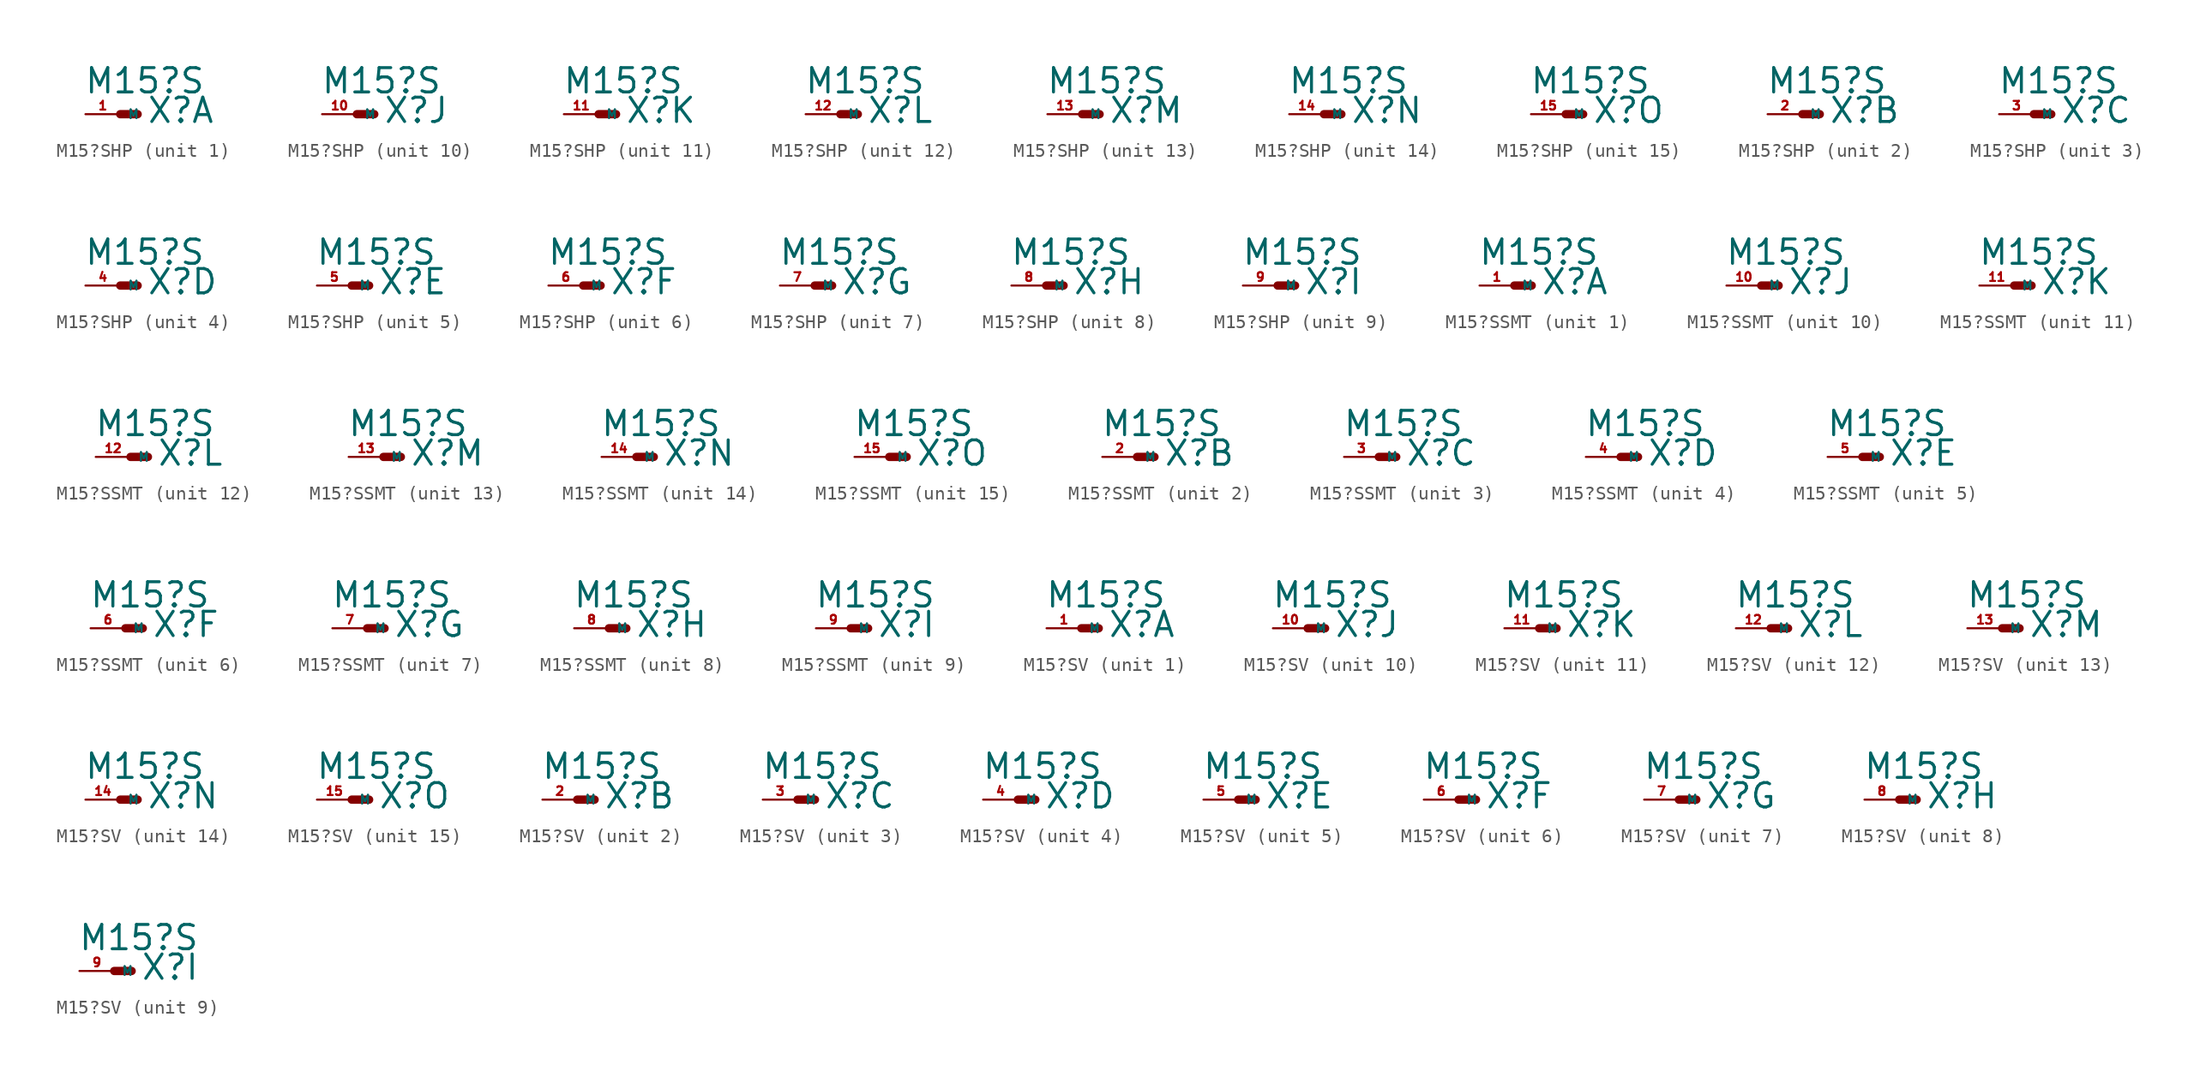
<source format=kicad_sym>
(kicad_symbol_lib
  (version 20220914)
  (generator Eagle2Kicad)
  (symbol "M15?SHP"
    (property "Reference" "X"
      (at 1.905 -0.762 0)
      (effects (font (size 1.778 1.778) (thickness 0.22)) (justify left bottom)))
    (property "Value" "M15?S"
      (at -2.667 1.397 0)
      (effects (font (size 1.778 1.778) (thickness 0.22)) (justify left bottom)))
    (symbol "M15?SHP_1_0"
      (polyline (pts (xy 0 0) (xy 1.27 0)) (stroke (width 0.61) (type default)) (fill (type none)))
      (pin passive line (at -2.54 0 0) (length 2.54) (name "M" (effects (font (size 0.635 0.635) (thickness 0.08)) (justify left bottom))) (number "1" (effects (font (size 0.635 0.635) (thickness 0.08)) (justify left bottom)))))
    (symbol "M15?SHP_2_0"
      (polyline (pts (xy 0 0) (xy 1.27 0)) (stroke (width 0.61) (type default)) (fill (type none)))
      (pin passive line (at -2.54 0 0) (length 2.54) (name "M" (effects (font (size 0.635 0.635) (thickness 0.08)) (justify left bottom))) (number "2" (effects (font (size 0.635 0.635) (thickness 0.08)) (justify left bottom)))))
    (symbol "M15?SHP_3_0"
      (polyline (pts (xy 0 0) (xy 1.27 0)) (stroke (width 0.61) (type default)) (fill (type none)))
      (pin passive line (at -2.54 0 0) (length 2.54) (name "M" (effects (font (size 0.635 0.635) (thickness 0.08)) (justify left bottom))) (number "3" (effects (font (size 0.635 0.635) (thickness 0.08)) (justify left bottom)))))
    (symbol "M15?SHP_4_0"
      (polyline (pts (xy 0 0) (xy 1.27 0)) (stroke (width 0.61) (type default)) (fill (type none)))
      (pin passive line (at -2.54 0 0) (length 2.54) (name "M" (effects (font (size 0.635 0.635) (thickness 0.08)) (justify left bottom))) (number "4" (effects (font (size 0.635 0.635) (thickness 0.08)) (justify left bottom)))))
    (symbol "M15?SHP_5_0"
      (polyline (pts (xy 0 0) (xy 1.27 0)) (stroke (width 0.61) (type default)) (fill (type none)))
      (pin passive line (at -2.54 0 0) (length 2.54) (name "M" (effects (font (size 0.635 0.635) (thickness 0.08)) (justify left bottom))) (number "5" (effects (font (size 0.635 0.635) (thickness 0.08)) (justify left bottom)))))
    (symbol "M15?SHP_6_0"
      (polyline (pts (xy 0 0) (xy 1.27 0)) (stroke (width 0.61) (type default)) (fill (type none)))
      (pin passive line (at -2.54 0 0) (length 2.54) (name "M" (effects (font (size 0.635 0.635) (thickness 0.08)) (justify left bottom))) (number "6" (effects (font (size 0.635 0.635) (thickness 0.08)) (justify left bottom)))))
    (symbol "M15?SHP_7_0"
      (polyline (pts (xy 0 0) (xy 1.27 0)) (stroke (width 0.61) (type default)) (fill (type none)))
      (pin passive line (at -2.54 0 0) (length 2.54) (name "M" (effects (font (size 0.635 0.635) (thickness 0.08)) (justify left bottom))) (number "7" (effects (font (size 0.635 0.635) (thickness 0.08)) (justify left bottom)))))
    (symbol "M15?SHP_8_0"
      (polyline (pts (xy 0 0) (xy 1.27 0)) (stroke (width 0.61) (type default)) (fill (type none)))
      (pin passive line (at -2.54 0 0) (length 2.54) (name "M" (effects (font (size 0.635 0.635) (thickness 0.08)) (justify left bottom))) (number "8" (effects (font (size 0.635 0.635) (thickness 0.08)) (justify left bottom)))))
    (symbol "M15?SHP_9_0"
      (polyline (pts (xy 0 0) (xy 1.27 0)) (stroke (width 0.61) (type default)) (fill (type none)))
      (pin passive line (at -2.54 0 0) (length 2.54) (name "M" (effects (font (size 0.635 0.635) (thickness 0.08)) (justify left bottom))) (number "9" (effects (font (size 0.635 0.635) (thickness 0.08)) (justify left bottom)))))
    (symbol "M15?SHP_10_0"
      (polyline (pts (xy 0 0) (xy 1.27 0)) (stroke (width 0.61) (type default)) (fill (type none)))
      (pin passive line (at -2.54 0 0) (length 2.54) (name "M" (effects (font (size 0.635 0.635) (thickness 0.08)) (justify left bottom))) (number "10" (effects (font (size 0.635 0.635) (thickness 0.08)) (justify left bottom)))))
    (symbol "M15?SHP_11_0"
      (polyline (pts (xy 0 0) (xy 1.27 0)) (stroke (width 0.61) (type default)) (fill (type none)))
      (pin passive line (at -2.54 0 0) (length 2.54) (name "M" (effects (font (size 0.635 0.635) (thickness 0.08)) (justify left bottom))) (number "11" (effects (font (size 0.635 0.635) (thickness 0.08)) (justify left bottom)))))
    (symbol "M15?SHP_12_0"
      (polyline (pts (xy 0 0) (xy 1.27 0)) (stroke (width 0.61) (type default)) (fill (type none)))
      (pin passive line (at -2.54 0 0) (length 2.54) (name "M" (effects (font (size 0.635 0.635) (thickness 0.08)) (justify left bottom))) (number "12" (effects (font (size 0.635 0.635) (thickness 0.08)) (justify left bottom)))))
    (symbol "M15?SHP_13_0"
      (polyline (pts (xy 0 0) (xy 1.27 0)) (stroke (width 0.61) (type default)) (fill (type none)))
      (pin passive line (at -2.54 0 0) (length 2.54) (name "M" (effects (font (size 0.635 0.635) (thickness 0.08)) (justify left bottom))) (number "13" (effects (font (size 0.635 0.635) (thickness 0.08)) (justify left bottom)))))
    (symbol "M15?SHP_14_0"
      (polyline (pts (xy 0 0) (xy 1.27 0)) (stroke (width 0.61) (type default)) (fill (type none)))
      (pin passive line (at -2.54 0 0) (length 2.54) (name "M" (effects (font (size 0.635 0.635) (thickness 0.08)) (justify left bottom))) (number "14" (effects (font (size 0.635 0.635) (thickness 0.08)) (justify left bottom)))))
    (symbol "M15?SHP_15_0"
      (polyline (pts (xy 0 0) (xy 1.27 0)) (stroke (width 0.61) (type default)) (fill (type none)))
      (pin passive line (at -2.54 0 0) (length 2.54) (name "M" (effects (font (size 0.635 0.635) (thickness 0.08)) (justify left bottom))) (number "15" (effects (font (size 0.635 0.635) (thickness 0.08)) (justify left bottom))))))
  (symbol "M15?SSMT"
    (property "Reference" "X"
      (at 1.905 -0.762 0)
      (effects (font (size 1.778 1.778) (thickness 0.22)) (justify left bottom)))
    (property "Value" "M15?S"
      (at -2.667 1.397 0)
      (effects (font (size 1.778 1.778) (thickness 0.22)) (justify left bottom)))
    (symbol "M15?SSMT_1_0"
      (polyline (pts (xy 0 0) (xy 1.27 0)) (stroke (width 0.61) (type default)) (fill (type none)))
      (pin passive line (at -2.54 0 0) (length 2.54) (name "M" (effects (font (size 0.635 0.635) (thickness 0.08)) (justify left bottom))) (number "1" (effects (font (size 0.635 0.635) (thickness 0.08)) (justify left bottom)))))
    (symbol "M15?SSMT_2_0"
      (polyline (pts (xy 0 0) (xy 1.27 0)) (stroke (width 0.61) (type default)) (fill (type none)))
      (pin passive line (at -2.54 0 0) (length 2.54) (name "M" (effects (font (size 0.635 0.635) (thickness 0.08)) (justify left bottom))) (number "2" (effects (font (size 0.635 0.635) (thickness 0.08)) (justify left bottom)))))
    (symbol "M15?SSMT_3_0"
      (polyline (pts (xy 0 0) (xy 1.27 0)) (stroke (width 0.61) (type default)) (fill (type none)))
      (pin passive line (at -2.54 0 0) (length 2.54) (name "M" (effects (font (size 0.635 0.635) (thickness 0.08)) (justify left bottom))) (number "3" (effects (font (size 0.635 0.635) (thickness 0.08)) (justify left bottom)))))
    (symbol "M15?SSMT_4_0"
      (polyline (pts (xy 0 0) (xy 1.27 0)) (stroke (width 0.61) (type default)) (fill (type none)))
      (pin passive line (at -2.54 0 0) (length 2.54) (name "M" (effects (font (size 0.635 0.635) (thickness 0.08)) (justify left bottom))) (number "4" (effects (font (size 0.635 0.635) (thickness 0.08)) (justify left bottom)))))
    (symbol "M15?SSMT_5_0"
      (polyline (pts (xy 0 0) (xy 1.27 0)) (stroke (width 0.61) (type default)) (fill (type none)))
      (pin passive line (at -2.54 0 0) (length 2.54) (name "M" (effects (font (size 0.635 0.635) (thickness 0.08)) (justify left bottom))) (number "5" (effects (font (size 0.635 0.635) (thickness 0.08)) (justify left bottom)))))
    (symbol "M15?SSMT_6_0"
      (polyline (pts (xy 0 0) (xy 1.27 0)) (stroke (width 0.61) (type default)) (fill (type none)))
      (pin passive line (at -2.54 0 0) (length 2.54) (name "M" (effects (font (size 0.635 0.635) (thickness 0.08)) (justify left bottom))) (number "6" (effects (font (size 0.635 0.635) (thickness 0.08)) (justify left bottom)))))
    (symbol "M15?SSMT_7_0"
      (polyline (pts (xy 0 0) (xy 1.27 0)) (stroke (width 0.61) (type default)) (fill (type none)))
      (pin passive line (at -2.54 0 0) (length 2.54) (name "M" (effects (font (size 0.635 0.635) (thickness 0.08)) (justify left bottom))) (number "7" (effects (font (size 0.635 0.635) (thickness 0.08)) (justify left bottom)))))
    (symbol "M15?SSMT_8_0"
      (polyline (pts (xy 0 0) (xy 1.27 0)) (stroke (width 0.61) (type default)) (fill (type none)))
      (pin passive line (at -2.54 0 0) (length 2.54) (name "M" (effects (font (size 0.635 0.635) (thickness 0.08)) (justify left bottom))) (number "8" (effects (font (size 0.635 0.635) (thickness 0.08)) (justify left bottom)))))
    (symbol "M15?SSMT_9_0"
      (polyline (pts (xy 0 0) (xy 1.27 0)) (stroke (width 0.61) (type default)) (fill (type none)))
      (pin passive line (at -2.54 0 0) (length 2.54) (name "M" (effects (font (size 0.635 0.635) (thickness 0.08)) (justify left bottom))) (number "9" (effects (font (size 0.635 0.635) (thickness 0.08)) (justify left bottom)))))
    (symbol "M15?SSMT_10_0"
      (polyline (pts (xy 0 0) (xy 1.27 0)) (stroke (width 0.61) (type default)) (fill (type none)))
      (pin passive line (at -2.54 0 0) (length 2.54) (name "M" (effects (font (size 0.635 0.635) (thickness 0.08)) (justify left bottom))) (number "10" (effects (font (size 0.635 0.635) (thickness 0.08)) (justify left bottom)))))
    (symbol "M15?SSMT_11_0"
      (polyline (pts (xy 0 0) (xy 1.27 0)) (stroke (width 0.61) (type default)) (fill (type none)))
      (pin passive line (at -2.54 0 0) (length 2.54) (name "M" (effects (font (size 0.635 0.635) (thickness 0.08)) (justify left bottom))) (number "11" (effects (font (size 0.635 0.635) (thickness 0.08)) (justify left bottom)))))
    (symbol "M15?SSMT_12_0"
      (polyline (pts (xy 0 0) (xy 1.27 0)) (stroke (width 0.61) (type default)) (fill (type none)))
      (pin passive line (at -2.54 0 0) (length 2.54) (name "M" (effects (font (size 0.635 0.635) (thickness 0.08)) (justify left bottom))) (number "12" (effects (font (size 0.635 0.635) (thickness 0.08)) (justify left bottom)))))
    (symbol "M15?SSMT_13_0"
      (polyline (pts (xy 0 0) (xy 1.27 0)) (stroke (width 0.61) (type default)) (fill (type none)))
      (pin passive line (at -2.54 0 0) (length 2.54) (name "M" (effects (font (size 0.635 0.635) (thickness 0.08)) (justify left bottom))) (number "13" (effects (font (size 0.635 0.635) (thickness 0.08)) (justify left bottom)))))
    (symbol "M15?SSMT_14_0"
      (polyline (pts (xy 0 0) (xy 1.27 0)) (stroke (width 0.61) (type default)) (fill (type none)))
      (pin passive line (at -2.54 0 0) (length 2.54) (name "M" (effects (font (size 0.635 0.635) (thickness 0.08)) (justify left bottom))) (number "14" (effects (font (size 0.635 0.635) (thickness 0.08)) (justify left bottom)))))
    (symbol "M15?SSMT_15_0"
      (polyline (pts (xy 0 0) (xy 1.27 0)) (stroke (width 0.61) (type default)) (fill (type none)))
      (pin passive line (at -2.54 0 0) (length 2.54) (name "M" (effects (font (size 0.635 0.635) (thickness 0.08)) (justify left bottom))) (number "15" (effects (font (size 0.635 0.635) (thickness 0.08)) (justify left bottom))))))
  (symbol "M15?SV"
    (property "Reference" "X"
      (at 1.905 -0.762 0)
      (effects (font (size 1.778 1.778) (thickness 0.22)) (justify left bottom)))
    (property "Value" "M15?S"
      (at -2.667 1.397 0)
      (effects (font (size 1.778 1.778) (thickness 0.22)) (justify left bottom)))
    (symbol "M15?SV_1_0"
      (polyline (pts (xy 0 0) (xy 1.27 0)) (stroke (width 0.61) (type default)) (fill (type none)))
      (pin passive line (at -2.54 0 0) (length 2.54) (name "M" (effects (font (size 0.635 0.635) (thickness 0.08)) (justify left bottom))) (number "1" (effects (font (size 0.635 0.635) (thickness 0.08)) (justify left bottom)))))
    (symbol "M15?SV_2_0"
      (polyline (pts (xy 0 0) (xy 1.27 0)) (stroke (width 0.61) (type default)) (fill (type none)))
      (pin passive line (at -2.54 0 0) (length 2.54) (name "M" (effects (font (size 0.635 0.635) (thickness 0.08)) (justify left bottom))) (number "2" (effects (font (size 0.635 0.635) (thickness 0.08)) (justify left bottom)))))
    (symbol "M15?SV_3_0"
      (polyline (pts (xy 0 0) (xy 1.27 0)) (stroke (width 0.61) (type default)) (fill (type none)))
      (pin passive line (at -2.54 0 0) (length 2.54) (name "M" (effects (font (size 0.635 0.635) (thickness 0.08)) (justify left bottom))) (number "3" (effects (font (size 0.635 0.635) (thickness 0.08)) (justify left bottom)))))
    (symbol "M15?SV_4_0"
      (polyline (pts (xy 0 0) (xy 1.27 0)) (stroke (width 0.61) (type default)) (fill (type none)))
      (pin passive line (at -2.54 0 0) (length 2.54) (name "M" (effects (font (size 0.635 0.635) (thickness 0.08)) (justify left bottom))) (number "4" (effects (font (size 0.635 0.635) (thickness 0.08)) (justify left bottom)))))
    (symbol "M15?SV_5_0"
      (polyline (pts (xy 0 0) (xy 1.27 0)) (stroke (width 0.61) (type default)) (fill (type none)))
      (pin passive line (at -2.54 0 0) (length 2.54) (name "M" (effects (font (size 0.635 0.635) (thickness 0.08)) (justify left bottom))) (number "5" (effects (font (size 0.635 0.635) (thickness 0.08)) (justify left bottom)))))
    (symbol "M15?SV_6_0"
      (polyline (pts (xy 0 0) (xy 1.27 0)) (stroke (width 0.61) (type default)) (fill (type none)))
      (pin passive line (at -2.54 0 0) (length 2.54) (name "M" (effects (font (size 0.635 0.635) (thickness 0.08)) (justify left bottom))) (number "6" (effects (font (size 0.635 0.635) (thickness 0.08)) (justify left bottom)))))
    (symbol "M15?SV_7_0"
      (polyline (pts (xy 0 0) (xy 1.27 0)) (stroke (width 0.61) (type default)) (fill (type none)))
      (pin passive line (at -2.54 0 0) (length 2.54) (name "M" (effects (font (size 0.635 0.635) (thickness 0.08)) (justify left bottom))) (number "7" (effects (font (size 0.635 0.635) (thickness 0.08)) (justify left bottom)))))
    (symbol "M15?SV_8_0"
      (polyline (pts (xy 0 0) (xy 1.27 0)) (stroke (width 0.61) (type default)) (fill (type none)))
      (pin passive line (at -2.54 0 0) (length 2.54) (name "M" (effects (font (size 0.635 0.635) (thickness 0.08)) (justify left bottom))) (number "8" (effects (font (size 0.635 0.635) (thickness 0.08)) (justify left bottom)))))
    (symbol "M15?SV_9_0"
      (polyline (pts (xy 0 0) (xy 1.27 0)) (stroke (width 0.61) (type default)) (fill (type none)))
      (pin passive line (at -2.54 0 0) (length 2.54) (name "M" (effects (font (size 0.635 0.635) (thickness 0.08)) (justify left bottom))) (number "9" (effects (font (size 0.635 0.635) (thickness 0.08)) (justify left bottom)))))
    (symbol "M15?SV_10_0"
      (polyline (pts (xy 0 0) (xy 1.27 0)) (stroke (width 0.61) (type default)) (fill (type none)))
      (pin passive line (at -2.54 0 0) (length 2.54) (name "M" (effects (font (size 0.635 0.635) (thickness 0.08)) (justify left bottom))) (number "10" (effects (font (size 0.635 0.635) (thickness 0.08)) (justify left bottom)))))
    (symbol "M15?SV_11_0"
      (polyline (pts (xy 0 0) (xy 1.27 0)) (stroke (width 0.61) (type default)) (fill (type none)))
      (pin passive line (at -2.54 0 0) (length 2.54) (name "M" (effects (font (size 0.635 0.635) (thickness 0.08)) (justify left bottom))) (number "11" (effects (font (size 0.635 0.635) (thickness 0.08)) (justify left bottom)))))
    (symbol "M15?SV_12_0"
      (polyline (pts (xy 0 0) (xy 1.27 0)) (stroke (width 0.61) (type default)) (fill (type none)))
      (pin passive line (at -2.54 0 0) (length 2.54) (name "M" (effects (font (size 0.635 0.635) (thickness 0.08)) (justify left bottom))) (number "12" (effects (font (size 0.635 0.635) (thickness 0.08)) (justify left bottom)))))
    (symbol "M15?SV_13_0"
      (polyline (pts (xy 0 0) (xy 1.27 0)) (stroke (width 0.61) (type default)) (fill (type none)))
      (pin passive line (at -2.54 0 0) (length 2.54) (name "M" (effects (font (size 0.635 0.635) (thickness 0.08)) (justify left bottom))) (number "13" (effects (font (size 0.635 0.635) (thickness 0.08)) (justify left bottom)))))
    (symbol "M15?SV_14_0"
      (polyline (pts (xy 0 0) (xy 1.27 0)) (stroke (width 0.61) (type default)) (fill (type none)))
      (pin passive line (at -2.54 0 0) (length 2.54) (name "M" (effects (font (size 0.635 0.635) (thickness 0.08)) (justify left bottom))) (number "14" (effects (font (size 0.635 0.635) (thickness 0.08)) (justify left bottom)))))
    (symbol "M15?SV_15_0"
      (polyline (pts (xy 0 0) (xy 1.27 0)) (stroke (width 0.61) (type default)) (fill (type none)))
      (pin passive line (at -2.54 0 0) (length 2.54) (name "M" (effects (font (size 0.635 0.635) (thickness 0.08)) (justify left bottom))) (number "15" (effects (font (size 0.635 0.635) (thickness 0.08)) (justify left bottom)))))))
</source>
